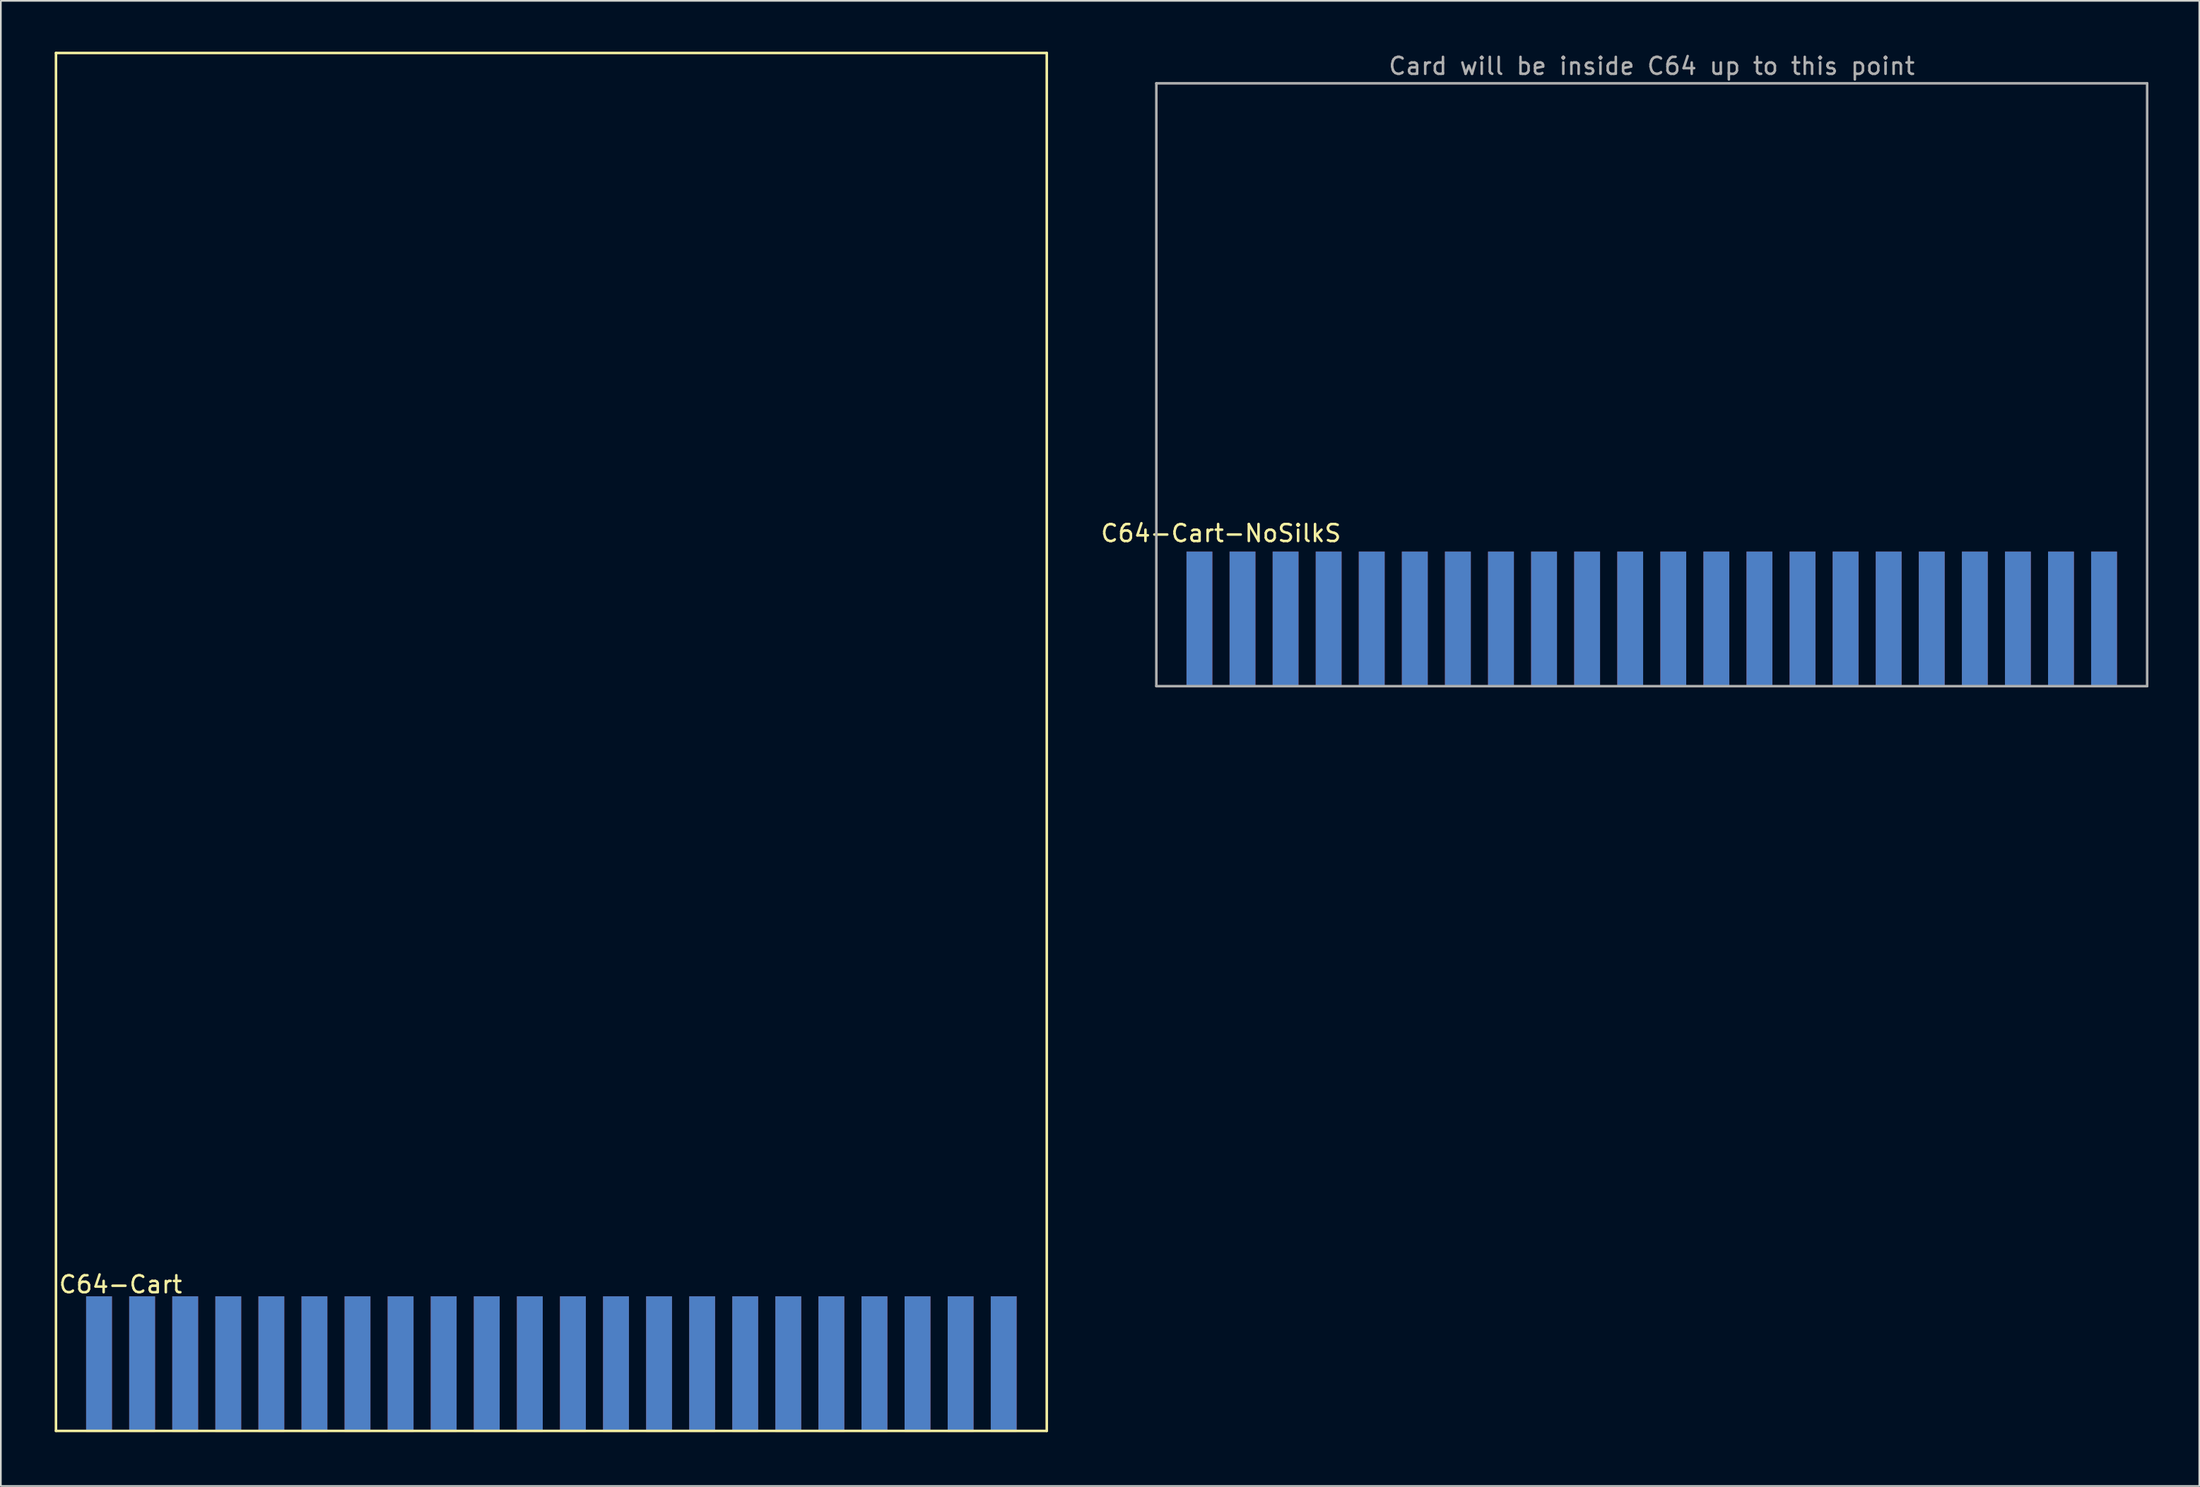
<source format=kicad_pcb>
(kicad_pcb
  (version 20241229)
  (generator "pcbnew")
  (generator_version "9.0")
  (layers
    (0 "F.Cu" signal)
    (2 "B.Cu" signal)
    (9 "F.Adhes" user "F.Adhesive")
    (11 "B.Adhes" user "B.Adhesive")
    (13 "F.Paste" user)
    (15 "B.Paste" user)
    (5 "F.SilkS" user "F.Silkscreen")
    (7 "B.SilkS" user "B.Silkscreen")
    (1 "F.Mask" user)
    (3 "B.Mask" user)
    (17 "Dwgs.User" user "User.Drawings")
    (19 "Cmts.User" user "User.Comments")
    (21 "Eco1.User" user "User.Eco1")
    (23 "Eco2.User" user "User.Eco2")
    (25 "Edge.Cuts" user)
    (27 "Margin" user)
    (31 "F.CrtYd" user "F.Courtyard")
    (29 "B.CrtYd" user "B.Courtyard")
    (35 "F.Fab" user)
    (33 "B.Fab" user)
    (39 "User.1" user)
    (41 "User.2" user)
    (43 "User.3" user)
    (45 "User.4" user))
  (footprint "C64-Cart-NoSilkS"
    (layer "F.Cu")
    (at 65.131 37.424)
    (property "Reference" "C64-Cart-NoSilkS" (at 3.81 -9.018 0) (layer "F.SilkS") (effects (font (size 1 1) (thickness 0.15))))
    (attr through_hole)
    (fp_line (start 0 -35.56) (end 0 0) (stroke (width 0.15) (type solid)) (layer "F.Fab"))
    (fp_line (start 0 0) (end 58.42 0) (stroke (width 0.15) (type solid)) (layer "F.Fab"))
    (fp_line (start 58.42 -35.56) (end 0 -35.56) (stroke (width 0.15) (type solid)) (layer "F.Fab"))
    (fp_line (start 58.42 0) (end 58.42 -35.56) (stroke (width 0.15) (type solid)) (layer "F.Fab"))
    (fp_text user "Card will be inside C64 up to this point" (at 29.21 -36.576 0) (layer "F.Fab") (effects (font (size 1 1) (thickness 0.15))))
    (pad "" smd rect (at 29.21 -3.81 180) (size 58.42 8.3) (layers "F.Mask"))
    (pad "" smd rect (at 29.21 -3.81 180) (size 58.42 8.3) (layers "B.Mask"))
    (pad "1" smd rect (at 2.54 -3.938 180) (size 1.524 8) (layers "F.Cu" "F.Mask" "F.Paste"))
    (pad "2" smd rect (at 5.08 -3.938 180) (size 1.524 8) (layers "F.Cu" "F.Mask" "F.Paste"))
    (pad "3" smd rect (at 7.62 -3.938 180) (size 1.524 8) (layers "F.Cu" "F.Mask" "F.Paste"))
    (pad "4" smd rect (at 10.16 -3.938 180) (size 1.524 8) (layers "F.Cu" "F.Mask" "F.Paste"))
    (pad "5" smd rect (at 12.7 -3.938 180) (size 1.524 8) (layers "F.Cu" "F.Mask" "F.Paste"))
    (pad "6" smd rect (at 15.24 -3.938 180) (size 1.524 8) (layers "F.Cu" "F.Mask" "F.Paste"))
    (pad "7" smd rect (at 17.78 -3.938 180) (size 1.524 8) (layers "F.Cu" "F.Mask" "F.Paste"))
    (pad "8" smd rect (at 20.32 -3.938 180) (size 1.524 8) (layers "F.Cu" "F.Mask" "F.Paste"))
    (pad "9" smd rect (at 22.86 -3.938 180) (size 1.524 8) (layers "F.Cu" "F.Mask" "F.Paste"))
    (pad "10" smd rect (at 25.4 -3.938 180) (size 1.524 8) (layers "F.Cu" "F.Mask" "F.Paste"))
    (pad "11" smd rect (at 27.94 -3.938 180) (size 1.524 8) (layers "F.Cu" "F.Mask" "F.Paste"))
    (pad "12" smd rect (at 30.48 -3.938 180) (size 1.524 8) (layers "F.Cu" "F.Mask" "F.Paste"))
    (pad "13" smd rect (at 33.02 -3.938 180) (size 1.524 8) (layers "F.Cu" "F.Mask" "F.Paste"))
    (pad "14" smd rect (at 35.56 -3.938 180) (size 1.524 8) (layers "F.Cu" "F.Mask" "F.Paste"))
    (pad "15" smd rect (at 38.1 -3.938 180) (size 1.524 8) (layers "F.Cu" "F.Mask" "F.Paste"))
    (pad "16" smd rect (at 40.64 -3.938 180) (size 1.524 8) (layers "F.Cu" "F.Mask" "F.Paste"))
    (pad "17" smd rect (at 43.18 -3.938 180) (size 1.524 8) (layers "F.Cu" "F.Mask" "F.Paste"))
    (pad "18" smd rect (at 45.72 -3.938 180) (size 1.524 8) (layers "F.Cu" "F.Mask" "F.Paste"))
    (pad "19" smd rect (at 48.26 -3.938 180) (size 1.524 8) (layers "F.Cu" "F.Mask" "F.Paste"))
    (pad "20" smd rect (at 50.8 -3.938 180) (size 1.524 8) (layers "F.Cu" "F.Mask" "F.Paste"))
    (pad "21" smd rect (at 53.34 -3.938 180) (size 1.524 8) (layers "F.Cu" "F.Mask" "F.Paste"))
    (pad "22" smd rect (at 55.88 -3.938 180) (size 1.524 8) (layers "F.Cu" "F.Mask" "F.Paste"))
    (pad "A" smd rect (at 2.54 -3.938) (size 1.524 8) (layers "B.Cu" "B.Mask" "B.Paste"))
    (pad "B" smd rect (at 5.08 -3.938) (size 1.524 8) (layers "B.Cu" "B.Mask" "B.Paste"))
    (pad "C" smd rect (at 7.62 -3.938) (size 1.524 8) (layers "B.Cu" "B.Mask" "B.Paste"))
    (pad "D" smd rect (at 10.16 -3.938) (size 1.524 8) (layers "B.Cu" "B.Mask" "B.Paste"))
    (pad "E" smd rect (at 12.7 -3.938) (size 1.524 8) (layers "B.Cu" "B.Mask" "B.Paste"))
    (pad "F" smd rect (at 15.24 -3.938) (size 1.524 8) (layers "B.Cu" "B.Mask" "B.Paste"))
    (pad "H" smd rect (at 17.78 -3.938) (size 1.524 8) (layers "B.Cu" "B.Mask" "B.Paste"))
    (pad "J" smd rect (at 20.32 -3.938) (size 1.524 8) (layers "B.Cu" "B.Mask" "B.Paste"))
    (pad "K" smd rect (at 22.86 -3.938) (size 1.524 8) (layers "B.Cu" "B.Mask" "B.Paste"))
    (pad "L" smd rect (at 25.4 -3.938) (size 1.524 8) (layers "B.Cu" "B.Mask" "B.Paste"))
    (pad "M" smd rect (at 27.94 -3.938) (size 1.524 8) (layers "B.Cu" "B.Mask" "B.Paste"))
    (pad "N" smd rect (at 30.48 -3.938) (size 1.524 8) (layers "B.Cu" "B.Mask" "B.Paste"))
    (pad "P" smd rect (at 33.02 -3.938) (size 1.524 8) (layers "B.Cu" "B.Mask" "B.Paste"))
    (pad "R" smd rect (at 35.56 -3.938) (size 1.524 8) (layers "B.Cu" "B.Mask" "B.Paste"))
    (pad "S" smd rect (at 38.1 -3.938) (size 1.524 8) (layers "B.Cu" "B.Mask" "B.Paste"))
    (pad "T" smd rect (at 40.64 -3.938) (size 1.524 8) (layers "B.Cu" "B.Mask" "B.Paste"))
    (pad "U" smd rect (at 43.18 -3.938) (size 1.524 8) (layers "B.Cu" "B.Mask" "B.Paste"))
    (pad "V" smd rect (at 45.72 -3.938) (size 1.524 8) (layers "B.Cu" "B.Mask" "B.Paste"))
    (pad "W" smd rect (at 48.26 -3.938) (size 1.524 8) (layers "B.Cu" "B.Mask" "B.Paste"))
    (pad "X" smd rect (at 50.8 -3.938) (size 1.524 8) (layers "B.Cu" "B.Mask" "B.Paste"))
    (pad "Y" smd rect (at 53.34 -3.938) (size 1.524 8) (layers "B.Cu" "B.Mask" "B.Paste"))
    (pad "Z" smd rect (at 55.88 -3.938) (size 1.524 8) (layers "B.Cu" "B.Mask" "B.Paste")))
  (footprint "C64-Cart"
    (layer "F.Cu")
    (at 0.25 81.355)
    (property "Reference" "C64-Cart" (at 3.81 -8.636 0) (layer "F.SilkS") (effects (font (size 1 1) (thickness 0.15))))
    (attr through_hole)
    (fp_line (start 0 -81.28) (end 58.42 -81.28) (stroke (width 0.15) (type solid)) (layer "F.SilkS"))
    (fp_line (start 0 0) (end 0 -81.28) (stroke (width 0.15) (type solid)) (layer "F.SilkS"))
    (fp_line (start 0 0) (end 58.42 0) (stroke (width 0.15) (type solid)) (layer "F.SilkS"))
    (fp_line (start 58.42 0) (end 58.42 -81.28) (stroke (width 0.15) (type solid)) (layer "F.SilkS"))
    (pad "1" smd rect (at 2.54 -3.938 180) (size 1.524 8) (layers "F.Cu" "F.Mask" "F.Paste"))
    (pad "2" smd rect (at 5.08 -3.938 180) (size 1.524 8) (layers "F.Cu" "F.Mask" "F.Paste"))
    (pad "3" smd rect (at 7.62 -3.938 180) (size 1.524 8) (layers "F.Cu" "F.Mask" "F.Paste"))
    (pad "4" smd rect (at 10.16 -3.938 180) (size 1.524 8) (layers "F.Cu" "F.Mask" "F.Paste"))
    (pad "5" smd rect (at 12.7 -3.938 180) (size 1.524 8) (layers "F.Cu" "F.Mask" "F.Paste"))
    (pad "6" smd rect (at 15.24 -3.938 180) (size 1.524 8) (layers "F.Cu" "F.Mask" "F.Paste"))
    (pad "7" smd rect (at 17.78 -3.938 180) (size 1.524 8) (layers "F.Cu" "F.Mask" "F.Paste"))
    (pad "8" smd rect (at 20.32 -3.938 180) (size 1.524 8) (layers "F.Cu" "F.Mask" "F.Paste"))
    (pad "9" smd rect (at 22.86 -3.938 180) (size 1.524 8) (layers "F.Cu" "F.Mask" "F.Paste"))
    (pad "10" smd rect (at 25.4 -3.938 180) (size 1.524 8) (layers "F.Cu" "F.Mask" "F.Paste"))
    (pad "11" smd rect (at 27.94 -3.938 180) (size 1.524 8) (layers "F.Cu" "F.Mask" "F.Paste"))
    (pad "12" smd rect (at 30.48 -3.938 180) (size 1.524 8) (layers "F.Cu" "F.Mask" "F.Paste"))
    (pad "13" smd rect (at 33.02 -3.938 180) (size 1.524 8) (layers "F.Cu" "F.Mask" "F.Paste"))
    (pad "14" smd rect (at 35.56 -3.938 180) (size 1.524 8) (layers "F.Cu" "F.Mask" "F.Paste"))
    (pad "15" smd rect (at 38.1 -3.938 180) (size 1.524 8) (layers "F.Cu" "F.Mask" "F.Paste"))
    (pad "16" smd rect (at 40.64 -3.938 180) (size 1.524 8) (layers "F.Cu" "F.Mask" "F.Paste"))
    (pad "17" smd rect (at 43.18 -3.938 180) (size 1.524 8) (layers "F.Cu" "F.Mask" "F.Paste"))
    (pad "18" smd rect (at 45.72 -3.938 180) (size 1.524 8) (layers "F.Cu" "F.Mask" "F.Paste"))
    (pad "19" smd rect (at 48.26 -3.938 180) (size 1.524 8) (layers "F.Cu" "F.Mask" "F.Paste"))
    (pad "20" smd rect (at 50.8 -3.938 180) (size 1.524 8) (layers "F.Cu" "F.Mask" "F.Paste"))
    (pad "21" smd rect (at 53.34 -3.938 180) (size 1.524 8) (layers "F.Cu" "F.Mask" "F.Paste"))
    (pad "22" smd rect (at 55.88 -3.938 180) (size 1.524 8) (layers "F.Cu" "F.Mask" "F.Paste"))
    (pad "A" smd rect (at 2.54 -3.938) (size 1.524 8) (layers "B.Cu" "B.Mask" "B.Paste"))
    (pad "B" smd rect (at 5.08 -3.938) (size 1.524 8) (layers "B.Cu" "B.Mask" "B.Paste"))
    (pad "C" smd rect (at 7.62 -3.938) (size 1.524 8) (layers "B.Cu" "B.Mask" "B.Paste"))
    (pad "D" smd rect (at 10.16 -3.938) (size 1.524 8) (layers "B.Cu" "B.Mask" "B.Paste"))
    (pad "E" smd rect (at 12.7 -3.938) (size 1.524 8) (layers "B.Cu" "B.Mask" "B.Paste"))
    (pad "F" smd rect (at 15.24 -3.938) (size 1.524 8) (layers "B.Cu" "B.Mask" "B.Paste"))
    (pad "H" smd rect (at 17.78 -3.938) (size 1.524 8) (layers "B.Cu" "B.Mask" "B.Paste"))
    (pad "J" smd rect (at 20.32 -3.938) (size 1.524 8) (layers "B.Cu" "B.Mask" "B.Paste"))
    (pad "K" smd rect (at 22.86 -3.938) (size 1.524 8) (layers "B.Cu" "B.Mask" "B.Paste"))
    (pad "L" smd rect (at 25.4 -3.938) (size 1.524 8) (layers "B.Cu" "B.Mask" "B.Paste"))
    (pad "M" smd rect (at 27.94 -3.938) (size 1.524 8) (layers "B.Cu" "B.Mask" "B.Paste"))
    (pad "N" smd rect (at 30.48 -3.938) (size 1.524 8) (layers "B.Cu" "B.Mask" "B.Paste"))
    (pad "P" smd rect (at 33.02 -3.938) (size 1.524 8) (layers "B.Cu" "B.Mask" "B.Paste"))
    (pad "R" smd rect (at 35.56 -3.938) (size 1.524 8) (layers "B.Cu" "B.Mask" "B.Paste"))
    (pad "S" smd rect (at 38.1 -3.938) (size 1.524 8) (layers "B.Cu" "B.Mask" "B.Paste"))
    (pad "T" smd rect (at 40.64 -3.938) (size 1.524 8) (layers "B.Cu" "B.Mask" "B.Paste"))
    (pad "U" smd rect (at 43.18 -3.938) (size 1.524 8) (layers "B.Cu" "B.Mask" "B.Paste"))
    (pad "V" smd rect (at 45.72 -3.938) (size 1.524 8) (layers "B.Cu" "B.Mask" "B.Paste"))
    (pad "W" smd rect (at 48.26 -3.938) (size 1.524 8) (layers "B.Cu" "B.Mask" "B.Paste"))
    (pad "X" smd rect (at 50.8 -3.938) (size 1.524 8) (layers "B.Cu" "B.Mask" "B.Paste"))
    (pad "Y" smd rect (at 53.34 -3.938) (size 1.524 8) (layers "B.Cu" "B.Mask" "B.Paste"))
    (pad "Z" smd rect (at 55.88 -3.938) (size 1.524 8) (layers "B.Cu" "B.Mask" "B.Paste")))
  (gr_rect
    (start -3 -3)
    (end 126.626 84.605)
    (stroke (width 0.1) (type default))
    (fill no)
    (layer "Edge.Cuts")))
</source>
